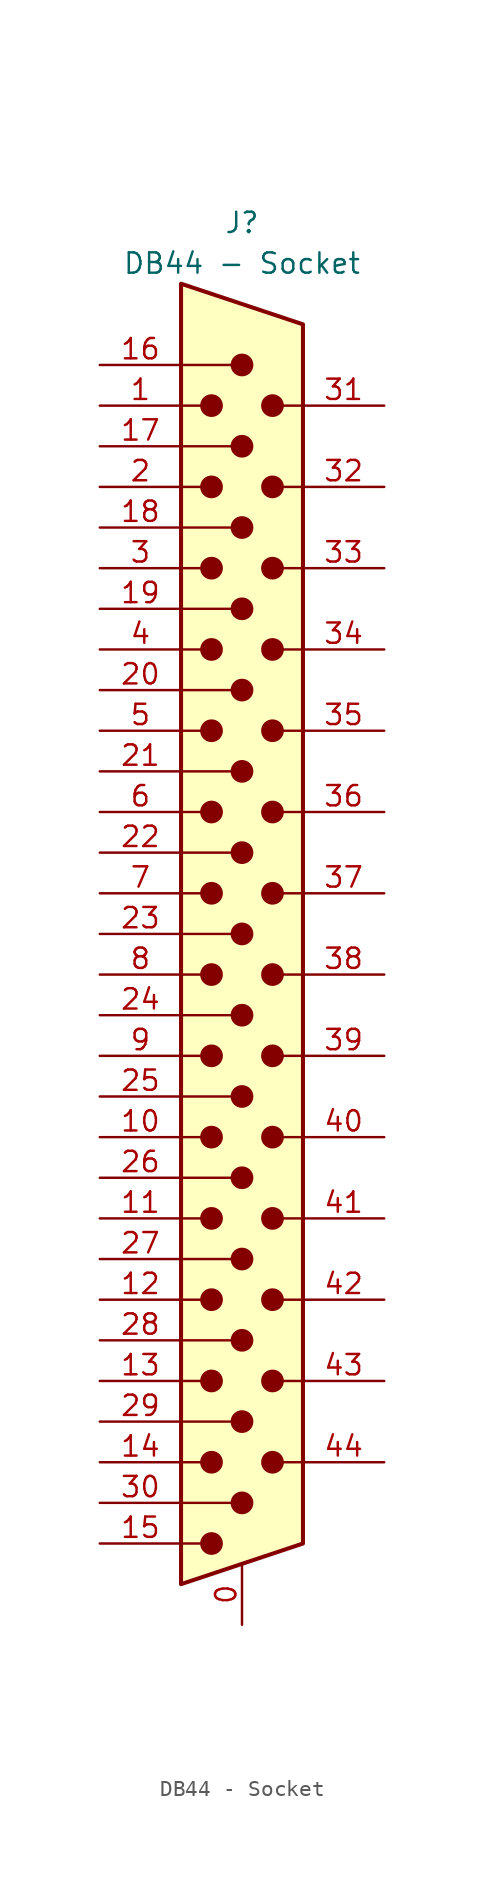
<source format=kicad_sym>
(kicad_symbol_lib
  (version 20220914)
  (generator kicad_symbol_editor)
  (symbol "DB44 - Socket"
    (pin_names
      (offset 1.016) hide)
    (property "Reference" "J"
      (at 0 39.37 0)
      (effects (font (size 1.27 1.27))))
    (property "Value" "DB44 - Socket"
      (at 0 36.83 0)
      (effects (font (size 1.27 1.27))))
    (symbol "DB44 - Socket_0_1"
      (circle (center -1.905 -43.18) (radius 0.635) (stroke (width 0) (type default)) (fill (type outline)))
      (circle (center -1.905 -38.1) (radius 0.635) (stroke (width 0) (type default)) (fill (type outline)))
      (circle (center -1.905 -33.02) (radius 0.635) (stroke (width 0) (type default)) (fill (type outline)))
      (circle (center -1.905 -27.94) (radius 0.635) (stroke (width 0) (type default)) (fill (type outline)))
      (circle (center -1.905 -22.86) (radius 0.635) (stroke (width 0) (type default)) (fill (type outline)))
      (circle (center -1.905 -17.78) (radius 0.635) (stroke (width 0) (type default)) (fill (type outline)))
      (circle (center -1.905 -12.7) (radius 0.635) (stroke (width 0) (type default)) (fill (type outline)))
      (circle (center -1.905 -7.62) (radius 0.635) (stroke (width 0) (type default)) (fill (type outline)))
      (circle (center -1.905 -2.54) (radius 0.635) (stroke (width 0) (type default)) (fill (type outline)))
      (circle (center -1.905 2.54) (radius 0.635) (stroke (width 0) (type default)) (fill (type outline)))
      (circle (center -1.905 7.62) (radius 0.635) (stroke (width 0) (type default)) (fill (type outline)))
      (circle (center -1.905 12.7) (radius 0.635) (stroke (width 0) (type default)) (fill (type outline)))
      (circle (center -1.905 17.78) (radius 0.635) (stroke (width 0) (type default)) (fill (type outline)))
      (circle (center -1.905 22.86) (radius 0.635) (stroke (width 0) (type default)) (fill (type outline)))
      (circle (center -1.905 27.94) (radius 0.635) (stroke (width 0) (type default)) (fill (type outline)))
      (circle (center 0 -40.64) (radius 0.635) (stroke (width 0) (type default)) (fill (type outline)))
      (circle (center 0 -35.56) (radius 0.635) (stroke (width 0) (type default)) (fill (type outline)))
      (circle (center 0 -30.48) (radius 0.635) (stroke (width 0) (type default)) (fill (type outline)))
      (circle (center 0 -25.4) (radius 0.635) (stroke (width 0) (type default)) (fill (type outline)))
      (circle (center 0 -20.32) (radius 0.635) (stroke (width 0) (type default)) (fill (type outline)))
      (circle (center 0 -15.24) (radius 0.635) (stroke (width 0) (type default)) (fill (type outline)))
      (circle (center 0 -10.16) (radius 0.635) (stroke (width 0) (type default)) (fill (type outline)))
      (circle (center 0 -5.08) (radius 0.635) (stroke (width 0) (type default)) (fill (type outline)))
      (polyline (pts (xy -2.54 -43.18) (xy -3.81 -43.18)) (stroke (width 0) (type default)) (fill (type none)))
      (polyline (pts (xy -2.54 -38.1) (xy -3.81 -38.1)) (stroke (width 0) (type default)) (fill (type none)))
      (polyline (pts (xy -2.54 -33.02) (xy -3.81 -33.02)) (stroke (width 0) (type default)) (fill (type none)))
      (polyline (pts (xy -2.54 -27.94) (xy -3.81 -27.94)) (stroke (width 0) (type default)) (fill (type none)))
      (polyline (pts (xy -2.54 -22.86) (xy -3.81 -22.86)) (stroke (width 0) (type default)) (fill (type none)))
      (polyline (pts (xy -2.54 -17.78) (xy -3.81 -17.78)) (stroke (width 0) (type default)) (fill (type none)))
      (polyline (pts (xy -2.54 -12.7) (xy -3.81 -12.7)) (stroke (width 0) (type default)) (fill (type none)))
      (polyline (pts (xy -2.54 -7.62) (xy -3.81 -7.62)) (stroke (width 0) (type default)) (fill (type none)))
      (polyline (pts (xy -2.54 -2.54) (xy -3.81 -2.54)) (stroke (width 0) (type default)) (fill (type none)))
      (polyline (pts (xy -2.54 2.54) (xy -3.81 2.54)) (stroke (width 0) (type default)) (fill (type none)))
      (polyline (pts (xy -2.54 7.62) (xy -3.81 7.62)) (stroke (width 0) (type default)) (fill (type none)))
      (polyline (pts (xy -2.54 12.7) (xy -3.81 12.7)) (stroke (width 0) (type default)) (fill (type none)))
      (polyline (pts (xy -2.54 17.78) (xy -3.81 17.78)) (stroke (width 0) (type default)) (fill (type none)))
      (polyline (pts (xy -2.54 22.86) (xy -3.81 22.86)) (stroke (width 0) (type default)) (fill (type none)))
      (polyline (pts (xy -2.54 27.94) (xy -3.81 27.94)) (stroke (width 0) (type default)) (fill (type none)))
      (polyline (pts (xy 0 -40.64) (xy -3.81 -40.64)) (stroke (width 0) (type default)) (fill (type none)))
      (polyline (pts (xy 0 -35.56) (xy -3.81 -35.56)) (stroke (width 0) (type default)) (fill (type none)))
      (polyline (pts (xy 0 -30.48) (xy -3.81 -30.48)) (stroke (width 0) (type default)) (fill (type none)))
      (polyline (pts (xy 0 -25.4) (xy -3.81 -25.4)) (stroke (width 0) (type default)) (fill (type none)))
      (polyline (pts (xy 0 -20.32) (xy -3.81 -20.32)) (stroke (width 0) (type default)) (fill (type none)))
      (polyline (pts (xy 0 -15.24) (xy -3.81 -15.24)) (stroke (width 0) (type default)) (fill (type none)))
      (polyline (pts (xy 0 -10.16) (xy -3.81 -10.16)) (stroke (width 0) (type default)) (fill (type none)))
      (polyline (pts (xy 0 -5.08) (xy -3.81 -5.08)) (stroke (width 0) (type default)) (fill (type none)))
      (polyline (pts (xy 0 0) (xy -3.81 0)) (stroke (width 0) (type default)) (fill (type none)))
      (polyline (pts (xy 0 5.08) (xy -3.81 5.08)) (stroke (width 0) (type default)) (fill (type none)))
      (polyline (pts (xy 0 10.16) (xy -3.81 10.16)) (stroke (width 0) (type default)) (fill (type none)))
      (polyline (pts (xy 0 15.24) (xy -3.81 15.24)) (stroke (width 0) (type default)) (fill (type none)))
      (polyline (pts (xy 0 20.32) (xy -3.81 20.32)) (stroke (width 0) (type default)) (fill (type none)))
      (polyline (pts (xy 0 25.4) (xy -3.81 25.4)) (stroke (width 0) (type default)) (fill (type none)))
      (polyline (pts (xy 0 30.48) (xy -3.81 30.48)) (stroke (width 0) (type default)) (fill (type none)))
      (polyline (pts (xy 3.81 -38.1) (xy 2.54 -38.1)) (stroke (width 0) (type default)) (fill (type none)))
      (polyline (pts (xy 3.81 -33.02) (xy 2.54 -33.02)) (stroke (width 0) (type default)) (fill (type none)))
      (polyline (pts (xy 3.81 -27.94) (xy 2.54 -27.94)) (stroke (width 0) (type default)) (fill (type none)))
      (polyline (pts (xy 3.81 -22.86) (xy 2.54 -22.86)) (stroke (width 0) (type default)) (fill (type none)))
      (polyline (pts (xy 3.81 -17.78) (xy 2.54 -17.78)) (stroke (width 0) (type default)) (fill (type none)))
      (polyline (pts (xy 3.81 -12.7) (xy 2.54 -12.7)) (stroke (width 0) (type default)) (fill (type none)))
      (polyline (pts (xy 3.81 -7.62) (xy 2.54 -7.62)) (stroke (width 0) (type default)) (fill (type none)))
      (polyline (pts (xy 3.81 -2.54) (xy 2.54 -2.54)) (stroke (width 0) (type default)) (fill (type none)))
      (polyline (pts (xy 3.81 2.54) (xy 2.54 2.54)) (stroke (width 0) (type default)) (fill (type none)))
      (polyline (pts (xy 3.81 7.62) (xy 2.54 7.62)) (stroke (width 0) (type default)) (fill (type none)))
      (polyline (pts (xy 3.81 12.7) (xy 2.54 12.7)) (stroke (width 0) (type default)) (fill (type none)))
      (polyline (pts (xy 3.81 17.78) (xy 2.54 17.78)) (stroke (width 0) (type default)) (fill (type none)))
      (polyline (pts (xy 3.81 22.86) (xy 2.54 22.86)) (stroke (width 0) (type default)) (fill (type none)))
      (polyline (pts (xy 3.81 27.94) (xy 2.54 27.94)) (stroke (width 0) (type default)) (fill (type none)))
      (polyline (pts (xy -3.81 35.56) (xy -3.81 -45.72) (xy 3.81 -43.18) (xy 3.81 33.02) (xy -3.81 35.56)) (stroke (width 0.254) (type default)) (fill (type background)))
      (circle (center 0 0) (radius 0.635) (stroke (width 0) (type default)) (fill (type outline)))
      (circle (center 0 5.08) (radius 0.635) (stroke (width 0) (type default)) (fill (type outline)))
      (circle (center 0 10.16) (radius 0.635) (stroke (width 0) (type default)) (fill (type outline)))
      (circle (center 0 15.24) (radius 0.635) (stroke (width 0) (type default)) (fill (type outline)))
      (circle (center 0 20.32) (radius 0.635) (stroke (width 0) (type default)) (fill (type outline)))
      (circle (center 0 25.4) (radius 0.635) (stroke (width 0) (type default)) (fill (type outline)))
      (circle (center 0 30.48) (radius 0.635) (stroke (width 0) (type default)) (fill (type outline)))
      (circle (center 1.905 -38.1) (radius 0.635) (stroke (width 0) (type default)) (fill (type outline)))
      (circle (center 1.905 -33.02) (radius 0.635) (stroke (width 0) (type default)) (fill (type outline)))
      (circle (center 1.905 -27.94) (radius 0.635) (stroke (width 0) (type default)) (fill (type outline)))
      (circle (center 1.905 -22.86) (radius 0.635) (stroke (width 0) (type default)) (fill (type outline)))
      (circle (center 1.905 -17.78) (radius 0.635) (stroke (width 0) (type default)) (fill (type outline)))
      (circle (center 1.905 -12.7) (radius 0.635) (stroke (width 0) (type default)) (fill (type outline)))
      (circle (center 1.905 -7.62) (radius 0.635) (stroke (width 0) (type default)) (fill (type outline)))
      (circle (center 1.905 -2.54) (radius 0.635) (stroke (width 0) (type default)) (fill (type outline)))
      (circle (center 1.905 2.54) (radius 0.635) (stroke (width 0) (type default)) (fill (type outline)))
      (circle (center 1.905 7.62) (radius 0.635) (stroke (width 0) (type default)) (fill (type outline)))
      (circle (center 1.905 12.7) (radius 0.635) (stroke (width 0) (type default)) (fill (type outline)))
      (circle (center 1.905 17.78) (radius 0.635) (stroke (width 0) (type default)) (fill (type outline)))
      (circle (center 1.905 22.86) (radius 0.635) (stroke (width 0) (type default)) (fill (type outline)))
      (circle (center 1.905 27.94) (radius 0.635) (stroke (width 0) (type default)) (fill (type outline))))
    (symbol "DB44 - Socket_1_1"
      (pin passive line (at 0 -48.26 90) (length 3.81) (name "0" (effects (font (size 1.27 1.27)))) (number "0" (effects (font (size 1.27 1.27)))))
      (pin passive line (at -8.89 27.94 0) (length 5.08) (name "1" (effects (font (size 1.27 1.27)))) (number "1" (effects (font (size 1.27 1.27)))))
      (pin passive line (at -8.89 -17.78 0) (length 5.08) (name "10" (effects (font (size 1.27 1.27)))) (number "10" (effects (font (size 1.27 1.27)))))
      (pin passive line (at -8.89 -22.86 0) (length 5.08) (name "11" (effects (font (size 1.27 1.27)))) (number "11" (effects (font (size 1.27 1.27)))))
      (pin passive line (at -8.89 -27.94 0) (length 5.08) (name "12" (effects (font (size 1.27 1.27)))) (number "12" (effects (font (size 1.27 1.27)))))
      (pin passive line (at -8.89 -33.02 0) (length 5.08) (name "13" (effects (font (size 1.27 1.27)))) (number "13" (effects (font (size 1.27 1.27)))))
      (pin passive line (at -8.89 -38.1 0) (length 5.08) (name "14" (effects (font (size 1.27 1.27)))) (number "14" (effects (font (size 1.27 1.27)))))
      (pin passive line (at -8.89 -43.18 0) (length 5.08) (name "15" (effects (font (size 1.27 1.27)))) (number "15" (effects (font (size 1.27 1.27)))))
      (pin passive line (at -8.89 30.48 0) (length 5.08) (name "16" (effects (font (size 1.27 1.27)))) (number "16" (effects (font (size 1.27 1.27)))))
      (pin passive line (at -8.89 25.4 0) (length 5.08) (name "17" (effects (font (size 1.27 1.27)))) (number "17" (effects (font (size 1.27 1.27)))))
      (pin passive line (at -8.89 20.32 0) (length 5.08) (name "18" (effects (font (size 1.27 1.27)))) (number "18" (effects (font (size 1.27 1.27)))))
      (pin passive line (at -8.89 15.24 0) (length 5.08) (name "19" (effects (font (size 1.27 1.27)))) (number "19" (effects (font (size 1.27 1.27)))))
      (pin passive line (at -8.89 22.86 0) (length 5.08) (name "2" (effects (font (size 1.27 1.27)))) (number "2" (effects (font (size 1.27 1.27)))))
      (pin passive line (at -8.89 10.16 0) (length 5.08) (name "20" (effects (font (size 1.27 1.27)))) (number "20" (effects (font (size 1.27 1.27)))))
      (pin passive line (at -8.89 5.08 0) (length 5.08) (name "21" (effects (font (size 1.27 1.27)))) (number "21" (effects (font (size 1.27 1.27)))))
      (pin passive line (at -8.89 0 0) (length 5.08) (name "22" (effects (font (size 1.27 1.27)))) (number "22" (effects (font (size 1.27 1.27)))))
      (pin passive line (at -8.89 -5.08 0) (length 5.08) (name "23" (effects (font (size 1.27 1.27)))) (number "23" (effects (font (size 1.27 1.27)))))
      (pin passive line (at -8.89 -10.16 0) (length 5.08) (name "24" (effects (font (size 1.27 1.27)))) (number "24" (effects (font (size 1.27 1.27)))))
      (pin passive line (at -8.89 -15.24 0) (length 5.08) (name "25" (effects (font (size 1.27 1.27)))) (number "25" (effects (font (size 1.27 1.27)))))
      (pin passive line (at -8.89 -20.32 0) (length 5.08) (name "26" (effects (font (size 1.27 1.27)))) (number "26" (effects (font (size 1.27 1.27)))))
      (pin passive line (at -8.89 -25.4 0) (length 5.08) (name "27" (effects (font (size 1.27 1.27)))) (number "27" (effects (font (size 1.27 1.27)))))
      (pin passive line (at -8.89 -30.48 0) (length 5.08) (name "28" (effects (font (size 1.27 1.27)))) (number "28" (effects (font (size 1.27 1.27)))))
      (pin passive line (at -8.89 -35.56 0) (length 5.08) (name "29" (effects (font (size 1.27 1.27)))) (number "29" (effects (font (size 1.27 1.27)))))
      (pin passive line (at -8.89 17.78 0) (length 5.08) (name "3" (effects (font (size 1.27 1.27)))) (number "3" (effects (font (size 1.27 1.27)))))
      (pin passive line (at -8.89 -40.64 0) (length 5.08) (name "30" (effects (font (size 1.27 1.27)))) (number "30" (effects (font (size 1.27 1.27)))))
      (pin passive line (at 8.89 27.94 180) (length 5.08) (name "31" (effects (font (size 1.27 1.27)))) (number "31" (effects (font (size 1.27 1.27)))))
      (pin passive line (at 8.89 22.86 180) (length 5.08) (name "32" (effects (font (size 1.27 1.27)))) (number "32" (effects (font (size 1.27 1.27)))))
      (pin passive line (at 8.89 17.78 180) (length 5.08) (name "33" (effects (font (size 1.27 1.27)))) (number "33" (effects (font (size 1.27 1.27)))))
      (pin passive line (at 8.89 12.7 180) (length 5.08) (name "34" (effects (font (size 1.27 1.27)))) (number "34" (effects (font (size 1.27 1.27)))))
      (pin passive line (at 8.89 7.62 180) (length 5.08) (name "35" (effects (font (size 1.27 1.27)))) (number "35" (effects (font (size 1.27 1.27)))))
      (pin passive line (at 8.89 2.54 180) (length 5.08) (name "36" (effects (font (size 1.27 1.27)))) (number "36" (effects (font (size 1.27 1.27)))))
      (pin passive line (at 8.89 -2.54 180) (length 5.08) (name "37" (effects (font (size 1.27 1.27)))) (number "37" (effects (font (size 1.27 1.27)))))
      (pin passive line (at 8.89 -7.62 180) (length 5.08) (name "38" (effects (font (size 1.27 1.27)))) (number "38" (effects (font (size 1.27 1.27)))))
      (pin passive line (at 8.89 -12.7 180) (length 5.08) (name "39" (effects (font (size 1.27 1.27)))) (number "39" (effects (font (size 1.27 1.27)))))
      (pin passive line (at -8.89 12.7 0) (length 5.08) (name "4" (effects (font (size 1.27 1.27)))) (number "4" (effects (font (size 1.27 1.27)))))
      (pin passive line (at 8.89 -17.78 180) (length 5.08) (name "40" (effects (font (size 1.27 1.27)))) (number "40" (effects (font (size 1.27 1.27)))))
      (pin passive line (at 8.89 -22.86 180) (length 5.08) (name "41" (effects (font (size 1.27 1.27)))) (number "41" (effects (font (size 1.27 1.27)))))
      (pin passive line (at 8.89 -27.94 180) (length 5.08) (name "42" (effects (font (size 1.27 1.27)))) (number "42" (effects (font (size 1.27 1.27)))))
      (pin passive line (at 8.89 -33.02 180) (length 5.08) (name "43" (effects (font (size 1.27 1.27)))) (number "43" (effects (font (size 1.27 1.27)))))
      (pin passive line (at 8.89 -38.1 180) (length 5.08) (name "44" (effects (font (size 1.27 1.27)))) (number "44" (effects (font (size 1.27 1.27)))))
      (pin passive line (at -8.89 7.62 0) (length 5.08) (name "5" (effects (font (size 1.27 1.27)))) (number "5" (effects (font (size 1.27 1.27)))))
      (pin passive line (at -8.89 2.54 0) (length 5.08) (name "6" (effects (font (size 1.27 1.27)))) (number "6" (effects (font (size 1.27 1.27)))))
      (pin passive line (at -8.89 -2.54 0) (length 5.08) (name "7" (effects (font (size 1.27 1.27)))) (number "7" (effects (font (size 1.27 1.27)))))
      (pin passive line (at -8.89 -7.62 0) (length 5.08) (name "8" (effects (font (size 1.27 1.27)))) (number "8" (effects (font (size 1.27 1.27)))))
      (pin passive line (at -8.89 -12.7 0) (length 5.08) (name "9" (effects (font (size 1.27 1.27)))) (number "9" (effects (font (size 1.27 1.27))))))))
</source>
